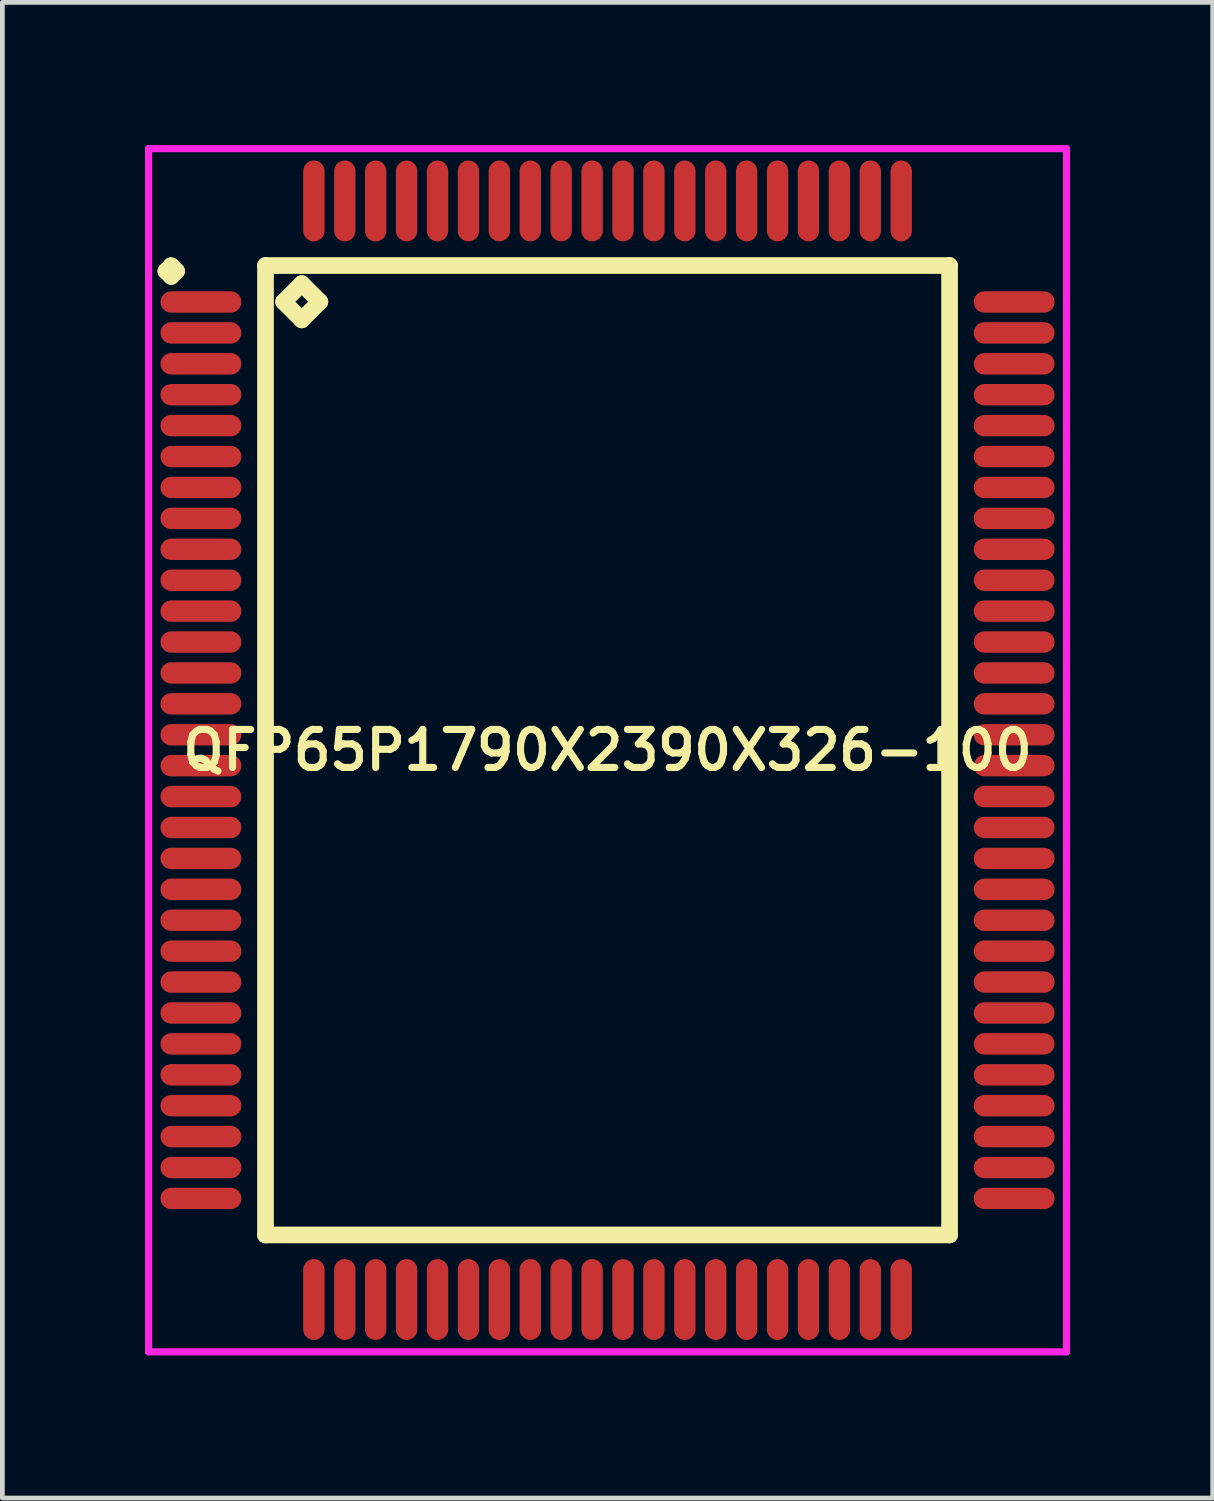
<source format=kicad_pcb>
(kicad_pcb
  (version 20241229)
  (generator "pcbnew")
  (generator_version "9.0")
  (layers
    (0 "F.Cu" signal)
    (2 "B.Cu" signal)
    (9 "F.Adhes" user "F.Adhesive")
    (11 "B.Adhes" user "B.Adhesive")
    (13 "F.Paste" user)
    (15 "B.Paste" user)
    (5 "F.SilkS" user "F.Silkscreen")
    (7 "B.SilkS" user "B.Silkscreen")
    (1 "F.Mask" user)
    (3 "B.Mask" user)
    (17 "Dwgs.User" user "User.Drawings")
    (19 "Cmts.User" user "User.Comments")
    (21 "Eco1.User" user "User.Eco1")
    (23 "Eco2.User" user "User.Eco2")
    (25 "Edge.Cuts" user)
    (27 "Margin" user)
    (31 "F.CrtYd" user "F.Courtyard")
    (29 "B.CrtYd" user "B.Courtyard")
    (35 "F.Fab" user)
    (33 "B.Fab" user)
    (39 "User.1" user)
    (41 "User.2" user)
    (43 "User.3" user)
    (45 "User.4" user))
  (footprint "QFP65P1790X2390X326-100"
    (layer "F.Cu")
    (at 9.725 12.725)
    (property "Reference" "QFP65P1790X2390X326-100" (at 0 0 0) (layer "F.SilkS") (effects (font (size 0.8 0.8) (thickness 0.15))))
    (attr smd)
    (fp_line (start -9.287 -10.075) (end -9.175 -10.188) (stroke (width 0.35) (type solid)) (layer "F.SilkS"))
    (fp_line (start -9.175 -10.188) (end -9.062 -10.075) (stroke (width 0.35) (type solid)) (layer "F.SilkS"))
    (fp_line (start -9.175 -9.963) (end -9.287 -10.075) (stroke (width 0.35) (type solid)) (layer "F.SilkS"))
    (fp_line (start -9.062 -10.075) (end -9.175 -9.963) (stroke (width 0.35) (type solid)) (layer "F.SilkS"))
    (fp_line (start -7.192 -10.192) (end -7.192 10.192) (stroke (width 0.35) (type solid)) (layer "F.SilkS"))
    (fp_line (start -7.192 10.192) (end 7.192 10.192) (stroke (width 0.35) (type solid)) (layer "F.SilkS"))
    (fp_line (start -6.811 -9.43) (end -6.43 -9.811) (stroke (width 0.35) (type solid)) (layer "F.SilkS"))
    (fp_line (start -6.43 -9.811) (end -6.049 -9.43) (stroke (width 0.35) (type solid)) (layer "F.SilkS"))
    (fp_line (start -6.43 -9.049) (end -6.811 -9.43) (stroke (width 0.35) (type solid)) (layer "F.SilkS"))
    (fp_line (start -6.049 -9.43) (end -6.43 -9.049) (stroke (width 0.35) (type solid)) (layer "F.SilkS"))
    (fp_line (start 7.192 -10.192) (end -7.192 -10.192) (stroke (width 0.35) (type solid)) (layer "F.SilkS"))
    (fp_line (start 7.192 10.192) (end 7.192 -10.192) (stroke (width 0.35) (type solid)) (layer "F.SilkS"))
    (fp_line (start -9.65 -12.65) (end 9.65 -12.65) (stroke (width 0.15) (type solid)) (layer "F.CrtYd"))
    (fp_line (start -9.65 12.65) (end -9.65 -12.65) (stroke (width 0.15) (type solid)) (layer "F.CrtYd"))
    (fp_line (start 9.65 -12.65) (end 9.65 12.65) (stroke (width 0.15) (type solid)) (layer "F.CrtYd"))
    (fp_line (start 9.65 12.65) (end -9.65 12.65) (stroke (width 0.15) (type solid)) (layer "F.CrtYd"))
    (pad "1" smd oval (at -8.55 -9.425) (size 1.7 0.45) (layers "F.Cu" "F.Mask" "F.Paste"))
    (pad "2" smd oval (at -8.55 -8.775) (size 1.7 0.45) (layers "F.Cu" "F.Mask" "F.Paste"))
    (pad "3" smd oval (at -8.55 -8.125) (size 1.7 0.45) (layers "F.Cu" "F.Mask" "F.Paste"))
    (pad "4" smd oval (at -8.55 -7.475) (size 1.7 0.45) (layers "F.Cu" "F.Mask" "F.Paste"))
    (pad "5" smd oval (at -8.55 -6.825) (size 1.7 0.45) (layers "F.Cu" "F.Mask" "F.Paste"))
    (pad "6" smd oval (at -8.55 -6.175) (size 1.7 0.45) (layers "F.Cu" "F.Mask" "F.Paste"))
    (pad "7" smd oval (at -8.55 -5.525) (size 1.7 0.45) (layers "F.Cu" "F.Mask" "F.Paste"))
    (pad "8" smd oval (at -8.55 -4.875) (size 1.7 0.45) (layers "F.Cu" "F.Mask" "F.Paste"))
    (pad "9" smd oval (at -8.55 -4.225) (size 1.7 0.45) (layers "F.Cu" "F.Mask" "F.Paste"))
    (pad "10" smd oval (at -8.55 -3.575) (size 1.7 0.45) (layers "F.Cu" "F.Mask" "F.Paste"))
    (pad "11" smd oval (at -8.55 -2.925) (size 1.7 0.45) (layers "F.Cu" "F.Mask" "F.Paste"))
    (pad "12" smd oval (at -8.55 -2.275) (size 1.7 0.45) (layers "F.Cu" "F.Mask" "F.Paste"))
    (pad "13" smd oval (at -8.55 -1.625) (size 1.7 0.45) (layers "F.Cu" "F.Mask" "F.Paste"))
    (pad "14" smd oval (at -8.55 -0.975) (size 1.7 0.45) (layers "F.Cu" "F.Mask" "F.Paste"))
    (pad "15" smd oval (at -8.55 -0.325) (size 1.7 0.45) (layers "F.Cu" "F.Mask" "F.Paste"))
    (pad "16" smd oval (at -8.55 0.325) (size 1.7 0.45) (layers "F.Cu" "F.Mask" "F.Paste"))
    (pad "17" smd oval (at -8.55 0.975) (size 1.7 0.45) (layers "F.Cu" "F.Mask" "F.Paste"))
    (pad "18" smd oval (at -8.55 1.625) (size 1.7 0.45) (layers "F.Cu" "F.Mask" "F.Paste"))
    (pad "19" smd oval (at -8.55 2.275) (size 1.7 0.45) (layers "F.Cu" "F.Mask" "F.Paste"))
    (pad "20" smd oval (at -8.55 2.925) (size 1.7 0.45) (layers "F.Cu" "F.Mask" "F.Paste"))
    (pad "21" smd oval (at -8.55 3.575) (size 1.7 0.45) (layers "F.Cu" "F.Mask" "F.Paste"))
    (pad "22" smd oval (at -8.55 4.225) (size 1.7 0.45) (layers "F.Cu" "F.Mask" "F.Paste"))
    (pad "23" smd oval (at -8.55 4.875) (size 1.7 0.45) (layers "F.Cu" "F.Mask" "F.Paste"))
    (pad "24" smd oval (at -8.55 5.525) (size 1.7 0.45) (layers "F.Cu" "F.Mask" "F.Paste"))
    (pad "25" smd oval (at -8.55 6.175) (size 1.7 0.45) (layers "F.Cu" "F.Mask" "F.Paste"))
    (pad "26" smd oval (at -8.55 6.825) (size 1.7 0.45) (layers "F.Cu" "F.Mask" "F.Paste"))
    (pad "27" smd oval (at -8.55 7.475) (size 1.7 0.45) (layers "F.Cu" "F.Mask" "F.Paste"))
    (pad "28" smd oval (at -8.55 8.125) (size 1.7 0.45) (layers "F.Cu" "F.Mask" "F.Paste"))
    (pad "29" smd oval (at -8.55 8.775) (size 1.7 0.45) (layers "F.Cu" "F.Mask" "F.Paste"))
    (pad "30" smd oval (at -8.55 9.425) (size 1.7 0.45) (layers "F.Cu" "F.Mask" "F.Paste"))
    (pad "31" smd oval (at -6.175 11.55) (size 0.45 1.7) (layers "F.Cu" "F.Mask" "F.Paste"))
    (pad "32" smd oval (at -5.525 11.55) (size 0.45 1.7) (layers "F.Cu" "F.Mask" "F.Paste"))
    (pad "33" smd oval (at -4.875 11.55) (size 0.45 1.7) (layers "F.Cu" "F.Mask" "F.Paste"))
    (pad "34" smd oval (at -4.225 11.55) (size 0.45 1.7) (layers "F.Cu" "F.Mask" "F.Paste"))
    (pad "35" smd oval (at -3.575 11.55) (size 0.45 1.7) (layers "F.Cu" "F.Mask" "F.Paste"))
    (pad "36" smd oval (at -2.925 11.55) (size 0.45 1.7) (layers "F.Cu" "F.Mask" "F.Paste"))
    (pad "37" smd oval (at -2.275 11.55) (size 0.45 1.7) (layers "F.Cu" "F.Mask" "F.Paste"))
    (pad "38" smd oval (at -1.625 11.55) (size 0.45 1.7) (layers "F.Cu" "F.Mask" "F.Paste"))
    (pad "39" smd oval (at -0.975 11.55) (size 0.45 1.7) (layers "F.Cu" "F.Mask" "F.Paste"))
    (pad "40" smd oval (at -0.325 11.55) (size 0.45 1.7) (layers "F.Cu" "F.Mask" "F.Paste"))
    (pad "41" smd oval (at 0.325 11.55) (size 0.45 1.7) (layers "F.Cu" "F.Mask" "F.Paste"))
    (pad "42" smd oval (at 0.975 11.55) (size 0.45 1.7) (layers "F.Cu" "F.Mask" "F.Paste"))
    (pad "43" smd oval (at 1.625 11.55) (size 0.45 1.7) (layers "F.Cu" "F.Mask" "F.Paste"))
    (pad "44" smd oval (at 2.275 11.55) (size 0.45 1.7) (layers "F.Cu" "F.Mask" "F.Paste"))
    (pad "45" smd oval (at 2.925 11.55) (size 0.45 1.7) (layers "F.Cu" "F.Mask" "F.Paste"))
    (pad "46" smd oval (at 3.575 11.55) (size 0.45 1.7) (layers "F.Cu" "F.Mask" "F.Paste"))
    (pad "47" smd oval (at 4.225 11.55) (size 0.45 1.7) (layers "F.Cu" "F.Mask" "F.Paste"))
    (pad "48" smd oval (at 4.875 11.55) (size 0.45 1.7) (layers "F.Cu" "F.Mask" "F.Paste"))
    (pad "49" smd oval (at 5.525 11.55) (size 0.45 1.7) (layers "F.Cu" "F.Mask" "F.Paste"))
    (pad "50" smd oval (at 6.175 11.55) (size 0.45 1.7) (layers "F.Cu" "F.Mask" "F.Paste"))
    (pad "51" smd oval (at 8.55 9.425) (size 1.7 0.45) (layers "F.Cu" "F.Mask" "F.Paste"))
    (pad "52" smd oval (at 8.55 8.775) (size 1.7 0.45) (layers "F.Cu" "F.Mask" "F.Paste"))
    (pad "53" smd oval (at 8.55 8.125) (size 1.7 0.45) (layers "F.Cu" "F.Mask" "F.Paste"))
    (pad "54" smd oval (at 8.55 7.475) (size 1.7 0.45) (layers "F.Cu" "F.Mask" "F.Paste"))
    (pad "55" smd oval (at 8.55 6.825) (size 1.7 0.45) (layers "F.Cu" "F.Mask" "F.Paste"))
    (pad "56" smd oval (at 8.55 6.175) (size 1.7 0.45) (layers "F.Cu" "F.Mask" "F.Paste"))
    (pad "57" smd oval (at 8.55 5.525) (size 1.7 0.45) (layers "F.Cu" "F.Mask" "F.Paste"))
    (pad "58" smd oval (at 8.55 4.875) (size 1.7 0.45) (layers "F.Cu" "F.Mask" "F.Paste"))
    (pad "59" smd oval (at 8.55 4.225) (size 1.7 0.45) (layers "F.Cu" "F.Mask" "F.Paste"))
    (pad "60" smd oval (at 8.55 3.575) (size 1.7 0.45) (layers "F.Cu" "F.Mask" "F.Paste"))
    (pad "61" smd oval (at 8.55 2.925) (size 1.7 0.45) (layers "F.Cu" "F.Mask" "F.Paste"))
    (pad "62" smd oval (at 8.55 2.275) (size 1.7 0.45) (layers "F.Cu" "F.Mask" "F.Paste"))
    (pad "63" smd oval (at 8.55 1.625) (size 1.7 0.45) (layers "F.Cu" "F.Mask" "F.Paste"))
    (pad "64" smd oval (at 8.55 0.975) (size 1.7 0.45) (layers "F.Cu" "F.Mask" "F.Paste"))
    (pad "65" smd oval (at 8.55 0.325) (size 1.7 0.45) (layers "F.Cu" "F.Mask" "F.Paste"))
    (pad "66" smd oval (at 8.55 -0.325) (size 1.7 0.45) (layers "F.Cu" "F.Mask" "F.Paste"))
    (pad "67" smd oval (at 8.55 -0.975) (size 1.7 0.45) (layers "F.Cu" "F.Mask" "F.Paste"))
    (pad "68" smd oval (at 8.55 -1.625) (size 1.7 0.45) (layers "F.Cu" "F.Mask" "F.Paste"))
    (pad "69" smd oval (at 8.55 -2.275) (size 1.7 0.45) (layers "F.Cu" "F.Mask" "F.Paste"))
    (pad "70" smd oval (at 8.55 -2.925) (size 1.7 0.45) (layers "F.Cu" "F.Mask" "F.Paste"))
    (pad "71" smd oval (at 8.55 -3.575) (size 1.7 0.45) (layers "F.Cu" "F.Mask" "F.Paste"))
    (pad "72" smd oval (at 8.55 -4.225) (size 1.7 0.45) (layers "F.Cu" "F.Mask" "F.Paste"))
    (pad "73" smd oval (at 8.55 -4.875) (size 1.7 0.45) (layers "F.Cu" "F.Mask" "F.Paste"))
    (pad "74" smd oval (at 8.55 -5.525) (size 1.7 0.45) (layers "F.Cu" "F.Mask" "F.Paste"))
    (pad "75" smd oval (at 8.55 -6.175) (size 1.7 0.45) (layers "F.Cu" "F.Mask" "F.Paste"))
    (pad "76" smd oval (at 8.55 -6.825) (size 1.7 0.45) (layers "F.Cu" "F.Mask" "F.Paste"))
    (pad "77" smd oval (at 8.55 -7.475) (size 1.7 0.45) (layers "F.Cu" "F.Mask" "F.Paste"))
    (pad "78" smd oval (at 8.55 -8.125) (size 1.7 0.45) (layers "F.Cu" "F.Mask" "F.Paste"))
    (pad "79" smd oval (at 8.55 -8.775) (size 1.7 0.45) (layers "F.Cu" "F.Mask" "F.Paste"))
    (pad "80" smd oval (at 8.55 -9.425) (size 1.7 0.45) (layers "F.Cu" "F.Mask" "F.Paste"))
    (pad "81" smd oval (at 6.175 -11.55) (size 0.45 1.7) (layers "F.Cu" "F.Mask" "F.Paste"))
    (pad "82" smd oval (at 5.525 -11.55) (size 0.45 1.7) (layers "F.Cu" "F.Mask" "F.Paste"))
    (pad "83" smd oval (at 4.875 -11.55) (size 0.45 1.7) (layers "F.Cu" "F.Mask" "F.Paste"))
    (pad "84" smd oval (at 4.225 -11.55) (size 0.45 1.7) (layers "F.Cu" "F.Mask" "F.Paste"))
    (pad "85" smd oval (at 3.575 -11.55) (size 0.45 1.7) (layers "F.Cu" "F.Mask" "F.Paste"))
    (pad "86" smd oval (at 2.925 -11.55) (size 0.45 1.7) (layers "F.Cu" "F.Mask" "F.Paste"))
    (pad "87" smd oval (at 2.275 -11.55) (size 0.45 1.7) (layers "F.Cu" "F.Mask" "F.Paste"))
    (pad "88" smd oval (at 1.625 -11.55) (size 0.45 1.7) (layers "F.Cu" "F.Mask" "F.Paste"))
    (pad "89" smd oval (at 0.975 -11.55) (size 0.45 1.7) (layers "F.Cu" "F.Mask" "F.Paste"))
    (pad "90" smd oval (at 0.325 -11.55) (size 0.45 1.7) (layers "F.Cu" "F.Mask" "F.Paste"))
    (pad "91" smd oval (at -0.325 -11.55) (size 0.45 1.7) (layers "F.Cu" "F.Mask" "F.Paste"))
    (pad "92" smd oval (at -0.975 -11.55) (size 0.45 1.7) (layers "F.Cu" "F.Mask" "F.Paste"))
    (pad "93" smd oval (at -1.625 -11.55) (size 0.45 1.7) (layers "F.Cu" "F.Mask" "F.Paste"))
    (pad "94" smd oval (at -2.275 -11.55) (size 0.45 1.7) (layers "F.Cu" "F.Mask" "F.Paste"))
    (pad "95" smd oval (at -2.925 -11.55) (size 0.45 1.7) (layers "F.Cu" "F.Mask" "F.Paste"))
    (pad "96" smd oval (at -3.575 -11.55) (size 0.45 1.7) (layers "F.Cu" "F.Mask" "F.Paste"))
    (pad "97" smd oval (at -4.225 -11.55) (size 0.45 1.7) (layers "F.Cu" "F.Mask" "F.Paste"))
    (pad "98" smd oval (at -4.875 -11.55) (size 0.45 1.7) (layers "F.Cu" "F.Mask" "F.Paste"))
    (pad "99" smd oval (at -5.525 -11.55) (size 0.45 1.7) (layers "F.Cu" "F.Mask" "F.Paste"))
    (pad "100" smd oval (at -6.175 -11.55) (size 0.45 1.7) (layers "F.Cu" "F.Mask" "F.Paste")))
  (gr_rect
    (start -3 -3)
    (end 22.45 28.45)
    (stroke (width 0.1) (type default))
    (fill no)
    (layer "Edge.Cuts")))
</source>
